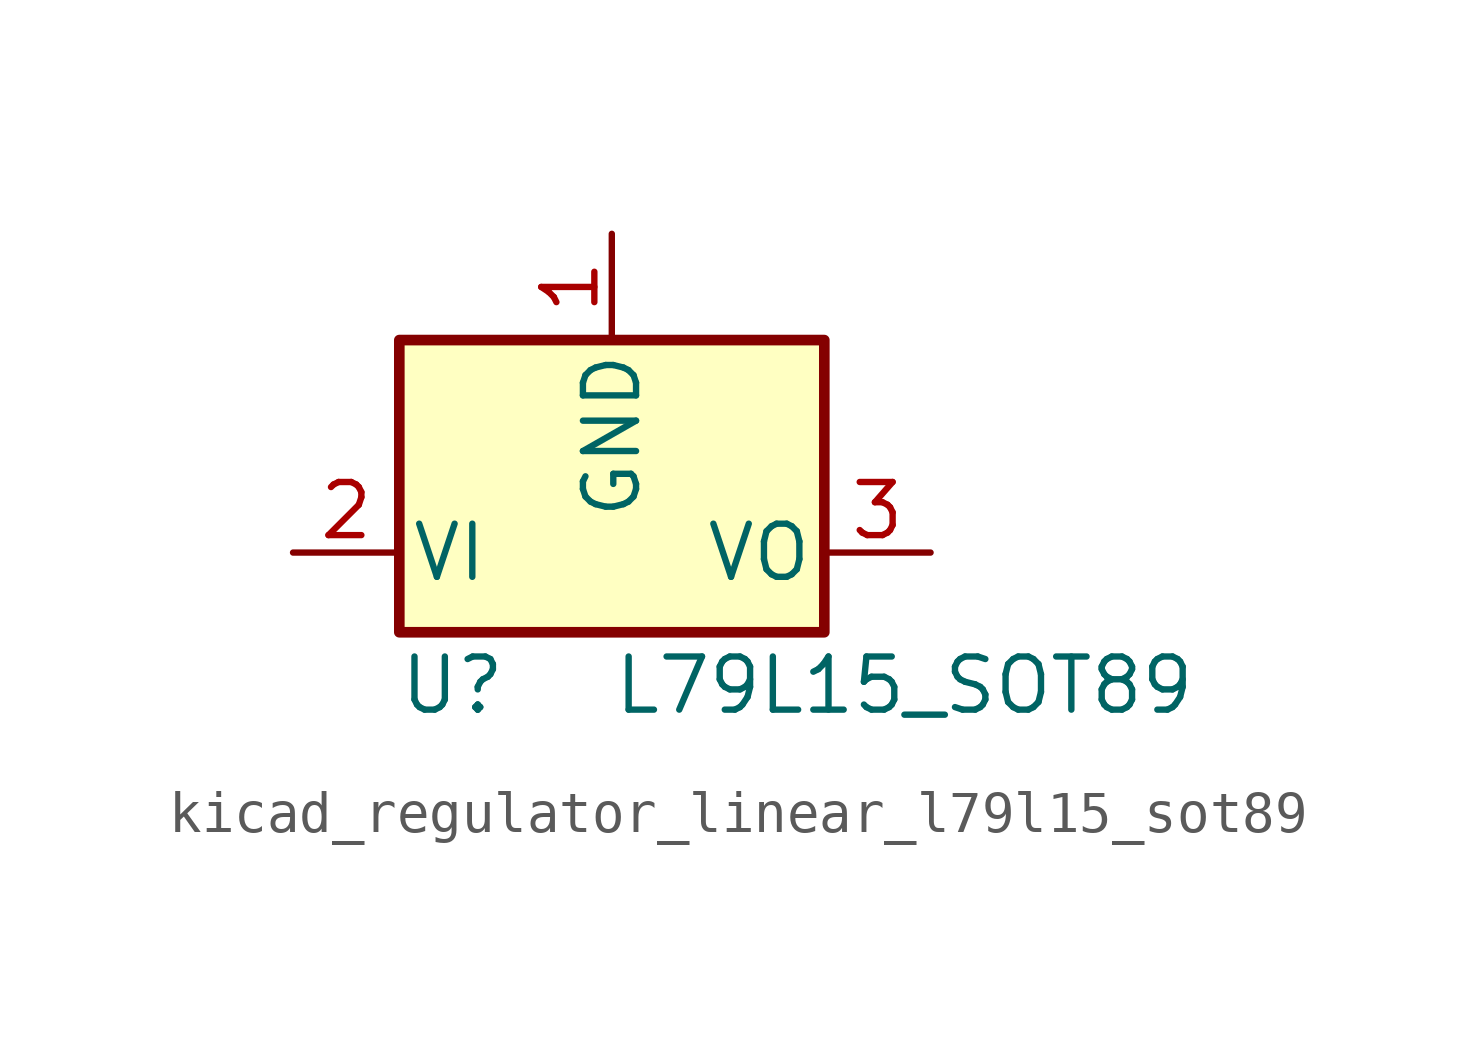
<source format=kicad_sym>
(kicad_symbol_lib
  (version 20220914)
  (generator kicad_symbol_editor)
  (symbol "kicad_regulator_linear_l79l15_sot89"
    (pin_names
      (offset 0.254))
    (property "Reference" "U"
      (at -3.81 -3.175 0)
      (effects (font (size 1.27 1.27))))
    (property "Value" "L79L15_SOT89"
      (at 0 -3.175 0)
      (effects (font (size 1.27 1.27)) (justify left)))
    (symbol "kicad_regulator_linear_l79l15_sot89_0_1"
      (rectangle (start -5.08 5.08) (end 5.08 -1.905) (stroke (width 0.254) (type default)) (fill (type background))))
    (symbol "kicad_regulator_linear_l79l15_sot89_1_1"
      (pin power_in line (at 0 7.62 270) (length 2.54) (name "GND" (effects (font (size 1.27 1.27)))) (number "1" (effects (font (size 1.27 1.27)))))
      (pin power_in line (at -7.62 0 0) (length 2.54) (name "VI" (effects (font (size 1.27 1.27)))) (number "2" (effects (font (size 1.27 1.27)))))
      (pin power_out line (at 7.62 0 180) (length 2.54) (name "VO" (effects (font (size 1.27 1.27)))) (number "3" (effects (font (size 1.27 1.27))))))))
</source>
